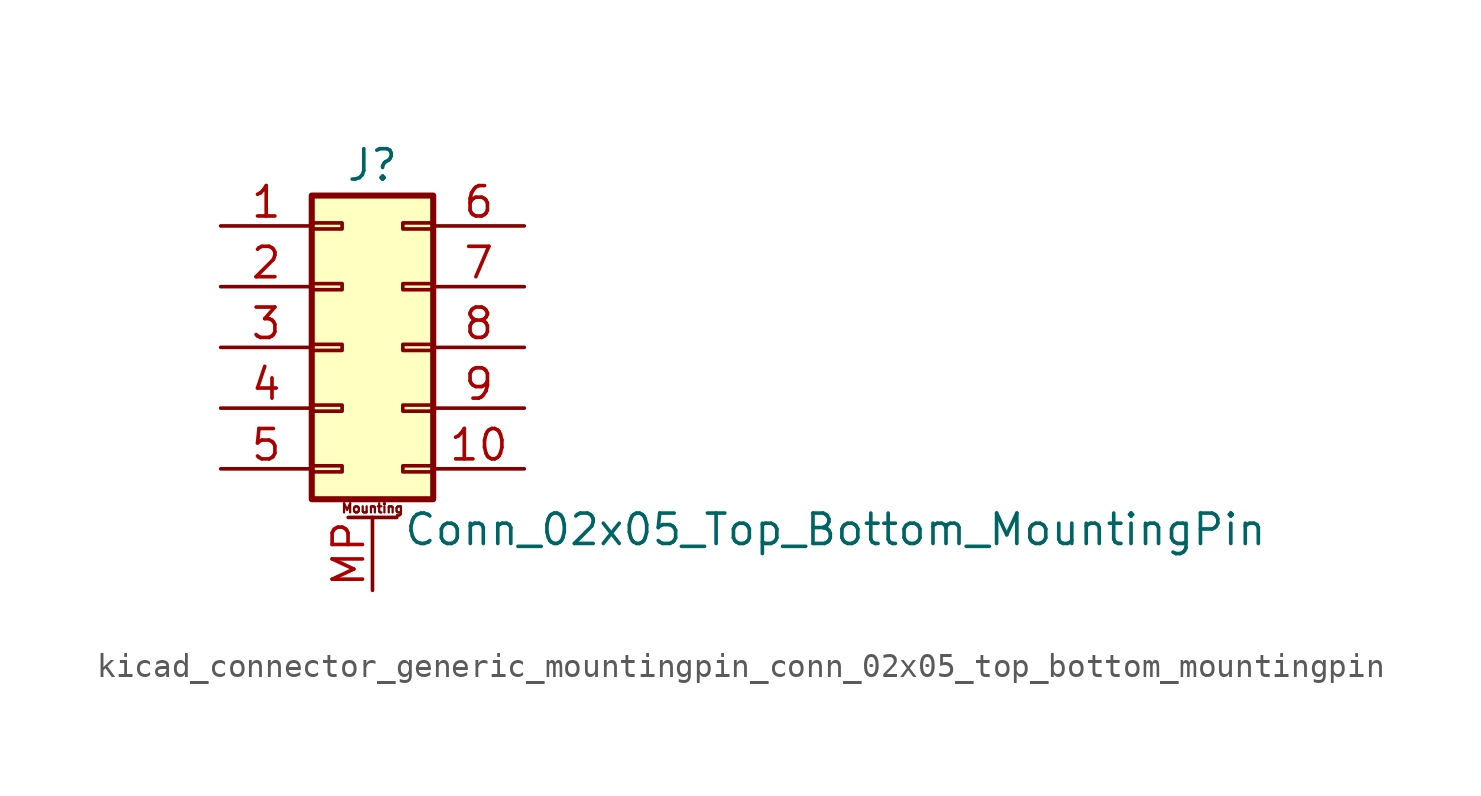
<source format=kicad_sym>
(kicad_symbol_lib
  (version 20220914)
  (generator kicad_symbol_editor)
  (symbol "kicad_connector_generic_mountingpin_conn_02x05_top_bottom_mountingpin"
    (pin_names
      (offset 1.016) hide)
    (property "Reference" "J"
      (at 1.27 7.62 0)
      (effects (font (size 1.27 1.27))))
    (property "Value" "Conn_02x05_Top_Bottom_MountingPin"
      (at 2.54 -7.62 0)
      (effects (font (size 1.27 1.27)) (justify left)))
    (symbol "kicad_connector_generic_mountingpin_conn_02x05_top_bottom_mountingpin_1_1"
      (rectangle (start -1.27 -4.953) (end 0 -5.207) (stroke (width 0.152) (type default)) (fill (type none)))
      (rectangle (start -1.27 -2.413) (end 0 -2.667) (stroke (width 0.152) (type default)) (fill (type none)))
      (rectangle (start -1.27 0.127) (end 0 -0.127) (stroke (width 0.152) (type default)) (fill (type none)))
      (rectangle (start -1.27 2.667) (end 0 2.413) (stroke (width 0.152) (type default)) (fill (type none)))
      (rectangle (start -1.27 5.207) (end 0 4.953) (stroke (width 0.152) (type default)) (fill (type none)))
      (rectangle (start -1.27 6.35) (end 3.81 -6.35) (stroke (width 0.254) (type default)) (fill (type background)))
      (polyline (pts (xy 0.254 -7.112) (xy 2.286 -7.112)) (stroke (width 0.152) (type default)) (fill (type none)))
      (rectangle (start 3.81 -4.953) (end 2.54 -5.207) (stroke (width 0.152) (type default)) (fill (type none)))
      (rectangle (start 3.81 -2.413) (end 2.54 -2.667) (stroke (width 0.152) (type default)) (fill (type none)))
      (rectangle (start 3.81 0.127) (end 2.54 -0.127) (stroke (width 0.152) (type default)) (fill (type none)))
      (rectangle (start 3.81 2.667) (end 2.54 2.413) (stroke (width 0.152) (type default)) (fill (type none)))
      (rectangle (start 3.81 5.207) (end 2.54 4.953) (stroke (width 0.152) (type default)) (fill (type none)))
      (text "Mounting" (at 1.27 -6.731 0) (effects (font (size 0.381 0.381))))
      (pin passive line (at -5.08 5.08 0) (length 3.81) (name "Pin_1" (effects (font (size 1.27 1.27)))) (number "1" (effects (font (size 1.27 1.27)))))
      (pin passive line (at 7.62 -5.08 180) (length 3.81) (name "Pin_10" (effects (font (size 1.27 1.27)))) (number "10" (effects (font (size 1.27 1.27)))))
      (pin passive line (at -5.08 2.54 0) (length 3.81) (name "Pin_2" (effects (font (size 1.27 1.27)))) (number "2" (effects (font (size 1.27 1.27)))))
      (pin passive line (at -5.08 0 0) (length 3.81) (name "Pin_3" (effects (font (size 1.27 1.27)))) (number "3" (effects (font (size 1.27 1.27)))))
      (pin passive line (at -5.08 -2.54 0) (length 3.81) (name "Pin_4" (effects (font (size 1.27 1.27)))) (number "4" (effects (font (size 1.27 1.27)))))
      (pin passive line (at -5.08 -5.08 0) (length 3.81) (name "Pin_5" (effects (font (size 1.27 1.27)))) (number "5" (effects (font (size 1.27 1.27)))))
      (pin passive line (at 7.62 5.08 180) (length 3.81) (name "Pin_6" (effects (font (size 1.27 1.27)))) (number "6" (effects (font (size 1.27 1.27)))))
      (pin passive line (at 7.62 2.54 180) (length 3.81) (name "Pin_7" (effects (font (size 1.27 1.27)))) (number "7" (effects (font (size 1.27 1.27)))))
      (pin passive line (at 7.62 0 180) (length 3.81) (name "Pin_8" (effects (font (size 1.27 1.27)))) (number "8" (effects (font (size 1.27 1.27)))))
      (pin passive line (at 7.62 -2.54 180) (length 3.81) (name "Pin_9" (effects (font (size 1.27 1.27)))) (number "9" (effects (font (size 1.27 1.27)))))
      (pin passive line (at 1.27 -10.16 90) (length 3.048) (name "MountPin" (effects (font (size 1.27 1.27)))) (number "MP" (effects (font (size 1.27 1.27))))))))
</source>
